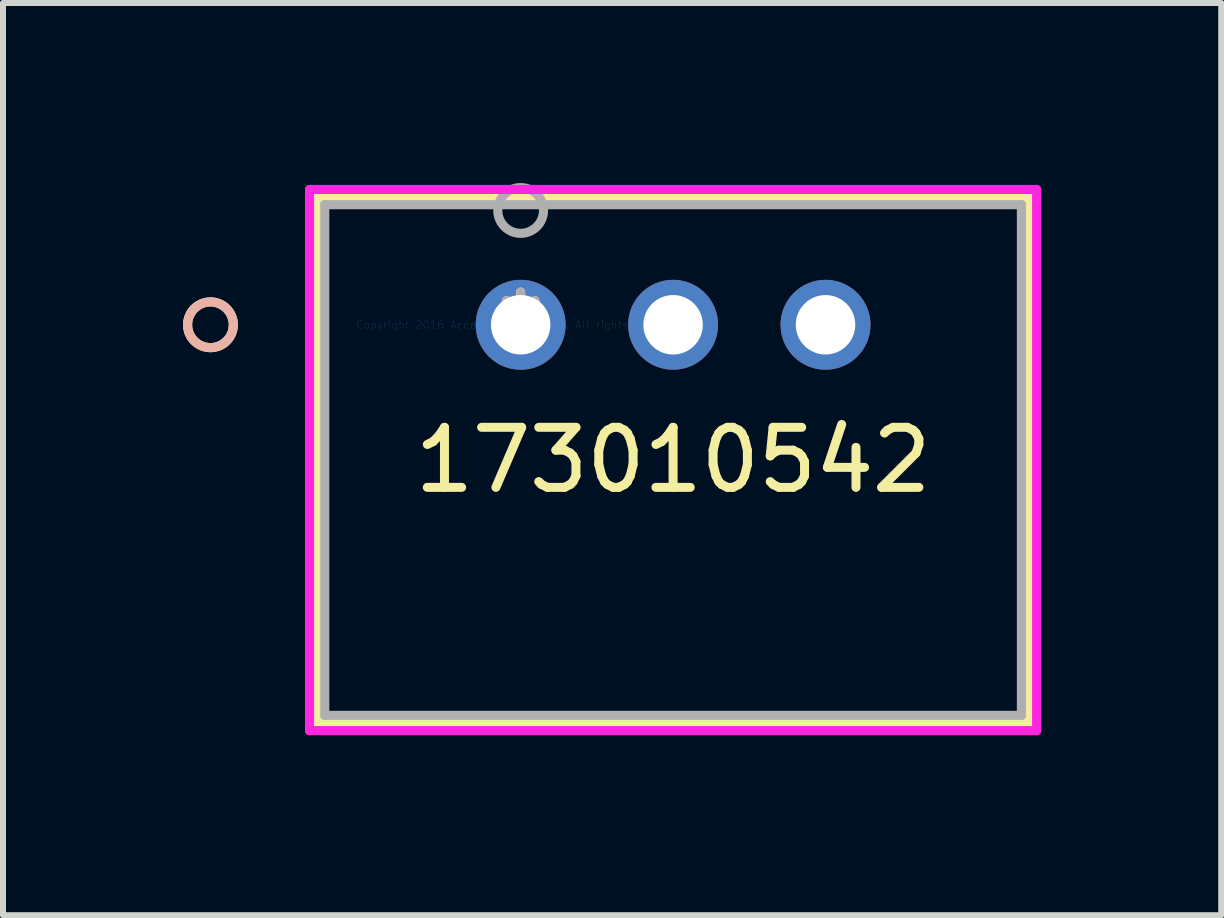
<source format=kicad_pcb>
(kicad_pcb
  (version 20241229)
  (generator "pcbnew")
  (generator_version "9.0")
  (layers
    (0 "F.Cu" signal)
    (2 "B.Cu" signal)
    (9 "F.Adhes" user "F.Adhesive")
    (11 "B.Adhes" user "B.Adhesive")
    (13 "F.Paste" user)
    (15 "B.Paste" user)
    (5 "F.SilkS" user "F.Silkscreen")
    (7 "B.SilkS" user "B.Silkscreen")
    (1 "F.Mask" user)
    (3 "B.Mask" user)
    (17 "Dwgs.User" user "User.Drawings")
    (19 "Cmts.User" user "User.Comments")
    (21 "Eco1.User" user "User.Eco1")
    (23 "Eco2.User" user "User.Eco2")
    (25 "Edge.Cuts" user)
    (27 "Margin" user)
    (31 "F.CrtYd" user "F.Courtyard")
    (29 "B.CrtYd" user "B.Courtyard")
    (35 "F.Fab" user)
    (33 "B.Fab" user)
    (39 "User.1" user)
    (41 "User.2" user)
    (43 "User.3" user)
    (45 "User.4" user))
  (footprint "173010542"
    (layer "F.Cu")
    (at 5.626 2.362)
    (property "Reference" "173010542" (at 2.54 2.254 0) (layer "F.SilkS") (effects (font (size 1 1) (thickness 0.15))))
    (attr through_hole)
    (fp_line (start -3.391 -2.127) (end -3.391 6.636) (stroke (width 0.152) (type solid)) (layer "F.SilkS"))
    (fp_line (start -3.391 6.636) (end 8.471 6.636) (stroke (width 0.152) (type solid)) (layer "F.SilkS"))
    (fp_line (start 8.471 -2.127) (end -3.391 -2.127) (stroke (width 0.152) (type solid)) (layer "F.SilkS"))
    (fp_line (start 8.471 6.636) (end 8.471 -2.127) (stroke (width 0.152) (type solid)) (layer "F.SilkS"))
    (fp_circle (center -5.169 0) (end -4.788 0) (stroke (width 0.152) (type solid)) (fill no) (layer "F.SilkS"))
    (fp_circle (center -5.169 0) (end -4.788 0) (stroke (width 0.152) (type solid)) (fill no) (layer "B.SilkS"))
    (fp_line (start -3.518 -2.255) (end -3.518 6.763) (stroke (width 0.152) (type solid)) (layer "F.CrtYd"))
    (fp_line (start -3.518 6.763) (end 8.598 6.763) (stroke (width 0.152) (type solid)) (layer "F.CrtYd"))
    (fp_line (start 8.598 -2.255) (end -3.518 -2.255) (stroke (width 0.152) (type solid)) (layer "F.CrtYd"))
    (fp_line (start 8.598 6.763) (end 8.598 -2.255) (stroke (width 0.152) (type solid)) (layer "F.CrtYd"))
    (fp_line (start -3.264 -2.001) (end -3.264 6.508) (stroke (width 0.152) (type solid)) (layer "F.Fab"))
    (fp_line (start -3.264 6.508) (end 8.344 6.508) (stroke (width 0.152) (type solid)) (layer "F.Fab"))
    (fp_line (start 8.344 -2.001) (end -3.264 -2.001) (stroke (width 0.152) (type solid)) (layer "F.Fab"))
    (fp_line (start 8.344 6.508) (end 8.344 -2.001) (stroke (width 0.152) (type solid)) (layer "F.Fab"))
    (fp_circle (center 0 -1.905) (end 0.381 -1.905) (stroke (width 0.152) (type solid)) (fill no) (layer "F.Fab"))
    (fp_text user "*" (at 0 0 0) (layer "F.SilkS") (effects (font (size 1 1) (thickness 0.15))))
    (fp_text user "Copyright 2016 Accelerated Designs. All rights reserved." (at 0 0 0) (layer "Cmts.User") (effects (font (size 0.127 0.127) (thickness 0.002))))
    (fp_text user "*" (at 0 0 0) (layer "F.Fab") (effects (font (size 1 1) (thickness 0.15))))
    (pad "1" thru_hole circle (at 0 0) (size 1.499 1.499) (drill 0.991) (layers "*.Cu" "*.Mask"))
    (pad "2" thru_hole circle (at 2.54 0) (size 1.499 1.499) (drill 0.991) (layers "*.Cu" "*.Mask"))
    (pad "3" thru_hole circle (at 5.08 0) (size 1.499 1.499) (drill 0.991) (layers "*.Cu" "*.Mask")))
  (gr_rect
    (start -3 -3)
    (end 17.3 12.201)
    (stroke (width 0.1) (type default))
    (fill no)
    (layer "Edge.Cuts")))
</source>
